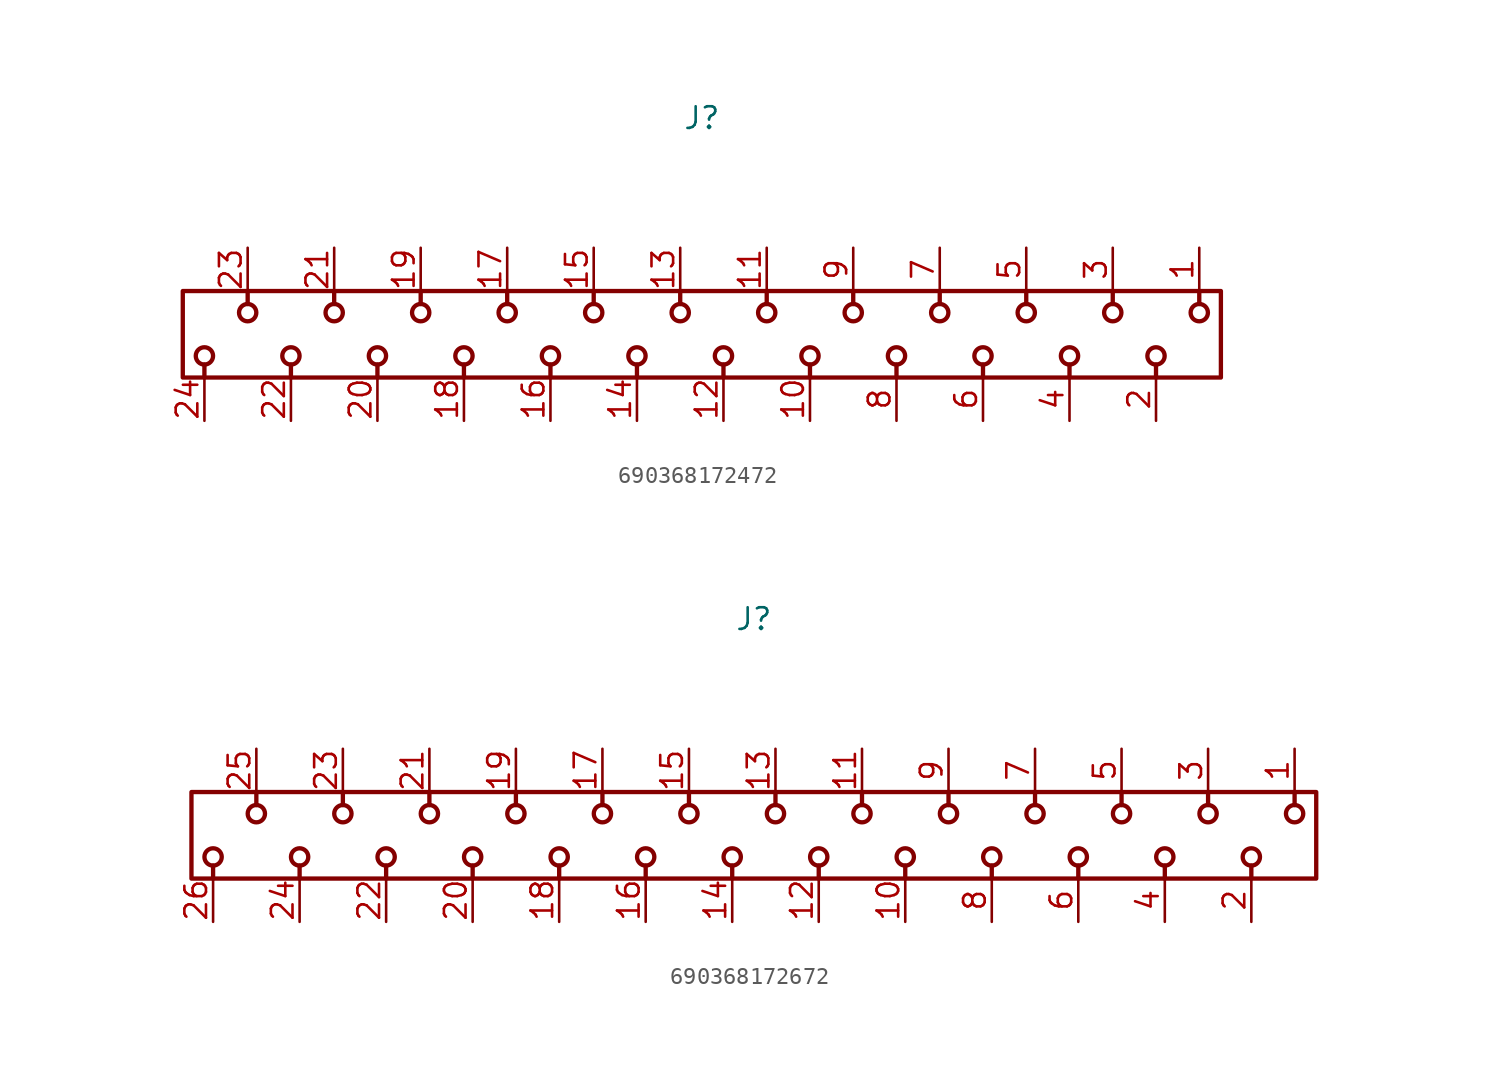
<source format=kicad_sym>
(kicad_symbol_lib
  (version 20241209)
  (generator "kicad_symbol_editor")
  (generator_version "9.0")
  (symbol "690368172472"
    (pin_names
      (hide yes))
    (property "Reference" "J"
      (at 0 12.7 0)
      (effects (font (size 1.27 1.27))))
    (symbol "690368172472_1_1"
      (rectangle (start -30.48 2.54) (end 30.48 -2.54) (stroke (width 0.254) (type solid)) (fill (type none)))
      (circle (center -29.21 -1.27) (radius 0.508) (stroke (width 0.254) (type solid)) (fill (type none)))
      (polyline (pts (xy -29.21 -1.778) (xy -29.21 -2.54)) (stroke (width 0.254) (type solid)) (fill (type none)))
      (polyline (pts (xy -26.67 1.778) (xy -26.67 2.54)) (stroke (width 0.254) (type solid)) (fill (type none)))
      (circle (center -26.67 1.27) (radius 0.508) (stroke (width 0.254) (type solid)) (fill (type none)))
      (circle (center -24.13 -1.27) (radius 0.508) (stroke (width 0.254) (type solid)) (fill (type none)))
      (polyline (pts (xy -24.13 -1.778) (xy -24.13 -2.54)) (stroke (width 0.254) (type solid)) (fill (type none)))
      (polyline (pts (xy -21.59 1.778) (xy -21.59 2.54)) (stroke (width 0.254) (type solid)) (fill (type none)))
      (circle (center -21.59 1.27) (radius 0.508) (stroke (width 0.254) (type solid)) (fill (type none)))
      (circle (center -19.05 -1.27) (radius 0.508) (stroke (width 0.254) (type solid)) (fill (type none)))
      (polyline (pts (xy -19.05 -1.778) (xy -19.05 -2.54)) (stroke (width 0.254) (type solid)) (fill (type none)))
      (polyline (pts (xy -16.51 1.778) (xy -16.51 2.54)) (stroke (width 0.254) (type solid)) (fill (type none)))
      (circle (center -16.51 1.27) (radius 0.508) (stroke (width 0.254) (type solid)) (fill (type none)))
      (circle (center -13.97 -1.27) (radius 0.508) (stroke (width 0.254) (type solid)) (fill (type none)))
      (polyline (pts (xy -13.97 -1.778) (xy -13.97 -2.54)) (stroke (width 0.254) (type solid)) (fill (type none)))
      (polyline (pts (xy -11.43 1.778) (xy -11.43 2.54)) (stroke (width 0.254) (type solid)) (fill (type none)))
      (circle (center -11.43 1.27) (radius 0.508) (stroke (width 0.254) (type solid)) (fill (type none)))
      (circle (center -8.89 -1.27) (radius 0.508) (stroke (width 0.254) (type solid)) (fill (type none)))
      (polyline (pts (xy -8.89 -1.778) (xy -8.89 -2.54)) (stroke (width 0.254) (type solid)) (fill (type none)))
      (polyline (pts (xy -6.35 1.778) (xy -6.35 2.54)) (stroke (width 0.254) (type solid)) (fill (type none)))
      (circle (center -6.35 1.27) (radius 0.508) (stroke (width 0.254) (type solid)) (fill (type none)))
      (circle (center -3.81 -1.27) (radius 0.508) (stroke (width 0.254) (type solid)) (fill (type none)))
      (polyline (pts (xy -3.81 -1.778) (xy -3.81 -2.54)) (stroke (width 0.254) (type solid)) (fill (type none)))
      (polyline (pts (xy -1.27 1.778) (xy -1.27 2.54)) (stroke (width 0.254) (type solid)) (fill (type none)))
      (circle (center -1.27 1.27) (radius 0.508) (stroke (width 0.254) (type solid)) (fill (type none)))
      (circle (center 1.27 -1.27) (radius 0.508) (stroke (width 0.254) (type solid)) (fill (type none)))
      (polyline (pts (xy 1.27 -1.778) (xy 1.27 -2.54)) (stroke (width 0.254) (type solid)) (fill (type none)))
      (polyline (pts (xy 3.81 1.778) (xy 3.81 2.54)) (stroke (width 0.254) (type solid)) (fill (type none)))
      (circle (center 3.81 1.27) (radius 0.508) (stroke (width 0.254) (type solid)) (fill (type none)))
      (circle (center 6.35 -1.27) (radius 0.508) (stroke (width 0.254) (type solid)) (fill (type none)))
      (polyline (pts (xy 6.35 -1.778) (xy 6.35 -2.54)) (stroke (width 0.254) (type solid)) (fill (type none)))
      (polyline (pts (xy 8.89 1.778) (xy 8.89 2.54)) (stroke (width 0.254) (type solid)) (fill (type none)))
      (circle (center 8.89 1.27) (radius 0.508) (stroke (width 0.254) (type solid)) (fill (type none)))
      (circle (center 11.43 -1.27) (radius 0.508) (stroke (width 0.254) (type solid)) (fill (type none)))
      (polyline (pts (xy 11.43 -1.778) (xy 11.43 -2.54)) (stroke (width 0.254) (type solid)) (fill (type none)))
      (polyline (pts (xy 13.97 1.778) (xy 13.97 2.54)) (stroke (width 0.254) (type solid)) (fill (type none)))
      (circle (center 13.97 1.27) (radius 0.508) (stroke (width 0.254) (type solid)) (fill (type none)))
      (circle (center 16.51 -1.27) (radius 0.508) (stroke (width 0.254) (type solid)) (fill (type none)))
      (polyline (pts (xy 16.51 -1.778) (xy 16.51 -2.54)) (stroke (width 0.254) (type solid)) (fill (type none)))
      (polyline (pts (xy 19.05 1.778) (xy 19.05 2.54)) (stroke (width 0.254) (type solid)) (fill (type none)))
      (circle (center 19.05 1.27) (radius 0.508) (stroke (width 0.254) (type solid)) (fill (type none)))
      (circle (center 21.59 -1.27) (radius 0.508) (stroke (width 0.254) (type solid)) (fill (type none)))
      (polyline (pts (xy 21.59 -1.778) (xy 21.59 -2.54)) (stroke (width 0.254) (type solid)) (fill (type none)))
      (polyline (pts (xy 24.13 1.778) (xy 24.13 2.54)) (stroke (width 0.254) (type solid)) (fill (type none)))
      (circle (center 24.13 1.27) (radius 0.508) (stroke (width 0.254) (type solid)) (fill (type none)))
      (circle (center 26.67 -1.27) (radius 0.508) (stroke (width 0.254) (type solid)) (fill (type none)))
      (polyline (pts (xy 26.67 -1.778) (xy 26.67 -2.54)) (stroke (width 0.254) (type solid)) (fill (type none)))
      (polyline (pts (xy 29.21 1.778) (xy 29.21 2.54)) (stroke (width 0.254) (type solid)) (fill (type none)))
      (circle (center 29.21 1.27) (radius 0.508) (stroke (width 0.254) (type solid)) (fill (type none)))
      (pin passive line (at -29.21 -5.08 90) (length 2.54) (name "24" (effects (font (size 1.27 1.27)))) (number "24" (effects (font (size 1.27 1.27)))))
      (pin passive line (at -26.67 5.08 270) (length 2.54) (name "23" (effects (font (size 1.27 1.27)))) (number "23" (effects (font (size 1.27 1.27)))))
      (pin passive line (at -24.13 -5.08 90) (length 2.54) (name "22" (effects (font (size 1.27 1.27)))) (number "22" (effects (font (size 1.27 1.27)))))
      (pin passive line (at -21.59 5.08 270) (length 2.54) (name "21" (effects (font (size 1.27 1.27)))) (number "21" (effects (font (size 1.27 1.27)))))
      (pin passive line (at -19.05 -5.08 90) (length 2.54) (name "20" (effects (font (size 1.27 1.27)))) (number "20" (effects (font (size 1.27 1.27)))))
      (pin passive line (at -16.51 5.08 270) (length 2.54) (name "19" (effects (font (size 1.27 1.27)))) (number "19" (effects (font (size 1.27 1.27)))))
      (pin passive line (at -13.97 -5.08 90) (length 2.54) (name "18" (effects (font (size 1.27 1.27)))) (number "18" (effects (font (size 1.27 1.27)))))
      (pin passive line (at -11.43 5.08 270) (length 2.54) (name "17" (effects (font (size 1.27 1.27)))) (number "17" (effects (font (size 1.27 1.27)))))
      (pin passive line (at -8.89 -5.08 90) (length 2.54) (name "16" (effects (font (size 1.27 1.27)))) (number "16" (effects (font (size 1.27 1.27)))))
      (pin passive line (at -6.35 5.08 270) (length 2.54) (name "15" (effects (font (size 1.27 1.27)))) (number "15" (effects (font (size 1.27 1.27)))))
      (pin passive line (at -3.81 -5.08 90) (length 2.54) (name "14" (effects (font (size 1.27 1.27)))) (number "14" (effects (font (size 1.27 1.27)))))
      (pin passive line (at -1.27 5.08 270) (length 2.54) (name "13" (effects (font (size 1.27 1.27)))) (number "13" (effects (font (size 1.27 1.27)))))
      (pin passive line (at 1.27 -5.08 90) (length 2.54) (name "12" (effects (font (size 1.27 1.27)))) (number "12" (effects (font (size 1.27 1.27)))))
      (pin passive line (at 3.81 5.08 270) (length 2.54) (name "11" (effects (font (size 1.27 1.27)))) (number "11" (effects (font (size 1.27 1.27)))))
      (pin passive line (at 6.35 -5.08 90) (length 2.54) (name "10" (effects (font (size 1.27 1.27)))) (number "10" (effects (font (size 1.27 1.27)))))
      (pin passive line (at 8.89 5.08 270) (length 2.54) (name "9" (effects (font (size 1.27 1.27)))) (number "9" (effects (font (size 1.27 1.27)))))
      (pin passive line (at 11.43 -5.08 90) (length 2.54) (name "8" (effects (font (size 1.27 1.27)))) (number "8" (effects (font (size 1.27 1.27)))))
      (pin passive line (at 13.97 5.08 270) (length 2.54) (name "7" (effects (font (size 1.27 1.27)))) (number "7" (effects (font (size 1.27 1.27)))))
      (pin passive line (at 16.51 -5.08 90) (length 2.54) (name "6" (effects (font (size 1.27 1.27)))) (number "6" (effects (font (size 1.27 1.27)))))
      (pin passive line (at 19.05 5.08 270) (length 2.54) (name "5" (effects (font (size 1.27 1.27)))) (number "5" (effects (font (size 1.27 1.27)))))
      (pin passive line (at 21.59 -5.08 90) (length 2.54) (name "4" (effects (font (size 1.27 1.27)))) (number "4" (effects (font (size 1.27 1.27)))))
      (pin passive line (at 24.13 5.08 270) (length 2.54) (name "3" (effects (font (size 1.27 1.27)))) (number "3" (effects (font (size 1.27 1.27)))))
      (pin passive line (at 26.67 -5.08 90) (length 2.54) (name "2" (effects (font (size 1.27 1.27)))) (number "2" (effects (font (size 1.27 1.27)))))
      (pin passive line (at 29.21 5.08 270) (length 2.54) (name "1" (effects (font (size 1.27 1.27)))) (number "1" (effects (font (size 1.27 1.27)))))))
  (symbol "690368172672"
    (pin_names
      (hide yes))
    (property "Reference" "J"
      (at 0 12.7 0)
      (effects (font (size 1.27 1.27))))
    (symbol "690368172672_1_1"
      (rectangle (start -33.02 2.54) (end 33.02 -2.54) (stroke (width 0.254) (type solid)) (fill (type none)))
      (circle (center -31.75 -1.27) (radius 0.508) (stroke (width 0.254) (type solid)) (fill (type none)))
      (polyline (pts (xy -31.75 -1.778) (xy -31.75 -2.54)) (stroke (width 0.254) (type solid)) (fill (type none)))
      (polyline (pts (xy -29.21 1.778) (xy -29.21 2.54)) (stroke (width 0.254) (type solid)) (fill (type none)))
      (circle (center -29.21 1.27) (radius 0.508) (stroke (width 0.254) (type solid)) (fill (type none)))
      (circle (center -26.67 -1.27) (radius 0.508) (stroke (width 0.254) (type solid)) (fill (type none)))
      (polyline (pts (xy -26.67 -1.778) (xy -26.67 -2.54)) (stroke (width 0.254) (type solid)) (fill (type none)))
      (polyline (pts (xy -24.13 1.778) (xy -24.13 2.54)) (stroke (width 0.254) (type solid)) (fill (type none)))
      (circle (center -24.13 1.27) (radius 0.508) (stroke (width 0.254) (type solid)) (fill (type none)))
      (circle (center -21.59 -1.27) (radius 0.508) (stroke (width 0.254) (type solid)) (fill (type none)))
      (polyline (pts (xy -21.59 -1.778) (xy -21.59 -2.54)) (stroke (width 0.254) (type solid)) (fill (type none)))
      (polyline (pts (xy -19.05 1.778) (xy -19.05 2.54)) (stroke (width 0.254) (type solid)) (fill (type none)))
      (circle (center -19.05 1.27) (radius 0.508) (stroke (width 0.254) (type solid)) (fill (type none)))
      (circle (center -16.51 -1.27) (radius 0.508) (stroke (width 0.254) (type solid)) (fill (type none)))
      (polyline (pts (xy -16.51 -1.778) (xy -16.51 -2.54)) (stroke (width 0.254) (type solid)) (fill (type none)))
      (polyline (pts (xy -13.97 1.778) (xy -13.97 2.54)) (stroke (width 0.254) (type solid)) (fill (type none)))
      (circle (center -13.97 1.27) (radius 0.508) (stroke (width 0.254) (type solid)) (fill (type none)))
      (circle (center -11.43 -1.27) (radius 0.508) (stroke (width 0.254) (type solid)) (fill (type none)))
      (polyline (pts (xy -11.43 -1.778) (xy -11.43 -2.54)) (stroke (width 0.254) (type solid)) (fill (type none)))
      (polyline (pts (xy -8.89 1.778) (xy -8.89 2.54)) (stroke (width 0.254) (type solid)) (fill (type none)))
      (circle (center -8.89 1.27) (radius 0.508) (stroke (width 0.254) (type solid)) (fill (type none)))
      (circle (center -6.35 -1.27) (radius 0.508) (stroke (width 0.254) (type solid)) (fill (type none)))
      (polyline (pts (xy -6.35 -1.778) (xy -6.35 -2.54)) (stroke (width 0.254) (type solid)) (fill (type none)))
      (polyline (pts (xy -3.81 1.778) (xy -3.81 2.54)) (stroke (width 0.254) (type solid)) (fill (type none)))
      (circle (center -3.81 1.27) (radius 0.508) (stroke (width 0.254) (type solid)) (fill (type none)))
      (circle (center -1.27 -1.27) (radius 0.508) (stroke (width 0.254) (type solid)) (fill (type none)))
      (polyline (pts (xy -1.27 -1.778) (xy -1.27 -2.54)) (stroke (width 0.254) (type solid)) (fill (type none)))
      (polyline (pts (xy 1.27 1.778) (xy 1.27 2.54)) (stroke (width 0.254) (type solid)) (fill (type none)))
      (circle (center 1.27 1.27) (radius 0.508) (stroke (width 0.254) (type solid)) (fill (type none)))
      (circle (center 3.81 -1.27) (radius 0.508) (stroke (width 0.254) (type solid)) (fill (type none)))
      (polyline (pts (xy 3.81 -1.778) (xy 3.81 -2.54)) (stroke (width 0.254) (type solid)) (fill (type none)))
      (polyline (pts (xy 6.35 1.778) (xy 6.35 2.54)) (stroke (width 0.254) (type solid)) (fill (type none)))
      (circle (center 6.35 1.27) (radius 0.508) (stroke (width 0.254) (type solid)) (fill (type none)))
      (circle (center 8.89 -1.27) (radius 0.508) (stroke (width 0.254) (type solid)) (fill (type none)))
      (polyline (pts (xy 8.89 -1.778) (xy 8.89 -2.54)) (stroke (width 0.254) (type solid)) (fill (type none)))
      (polyline (pts (xy 11.43 1.778) (xy 11.43 2.54)) (stroke (width 0.254) (type solid)) (fill (type none)))
      (circle (center 11.43 1.27) (radius 0.508) (stroke (width 0.254) (type solid)) (fill (type none)))
      (circle (center 13.97 -1.27) (radius 0.508) (stroke (width 0.254) (type solid)) (fill (type none)))
      (polyline (pts (xy 13.97 -1.778) (xy 13.97 -2.54)) (stroke (width 0.254) (type solid)) (fill (type none)))
      (polyline (pts (xy 16.51 1.778) (xy 16.51 2.54)) (stroke (width 0.254) (type solid)) (fill (type none)))
      (circle (center 16.51 1.27) (radius 0.508) (stroke (width 0.254) (type solid)) (fill (type none)))
      (circle (center 19.05 -1.27) (radius 0.508) (stroke (width 0.254) (type solid)) (fill (type none)))
      (polyline (pts (xy 19.05 -1.778) (xy 19.05 -2.54)) (stroke (width 0.254) (type solid)) (fill (type none)))
      (polyline (pts (xy 21.59 1.778) (xy 21.59 2.54)) (stroke (width 0.254) (type solid)) (fill (type none)))
      (circle (center 21.59 1.27) (radius 0.508) (stroke (width 0.254) (type solid)) (fill (type none)))
      (circle (center 24.13 -1.27) (radius 0.508) (stroke (width 0.254) (type solid)) (fill (type none)))
      (polyline (pts (xy 24.13 -1.778) (xy 24.13 -2.54)) (stroke (width 0.254) (type solid)) (fill (type none)))
      (polyline (pts (xy 26.67 1.778) (xy 26.67 2.54)) (stroke (width 0.254) (type solid)) (fill (type none)))
      (circle (center 26.67 1.27) (radius 0.508) (stroke (width 0.254) (type solid)) (fill (type none)))
      (circle (center 29.21 -1.27) (radius 0.508) (stroke (width 0.254) (type solid)) (fill (type none)))
      (polyline (pts (xy 29.21 -1.778) (xy 29.21 -2.54)) (stroke (width 0.254) (type solid)) (fill (type none)))
      (polyline (pts (xy 31.75 1.778) (xy 31.75 2.54)) (stroke (width 0.254) (type solid)) (fill (type none)))
      (circle (center 31.75 1.27) (radius 0.508) (stroke (width 0.254) (type solid)) (fill (type none)))
      (pin passive line (at -31.75 -5.08 90) (length 2.54) (name "26" (effects (font (size 1.27 1.27)))) (number "26" (effects (font (size 1.27 1.27)))))
      (pin passive line (at -29.21 5.08 270) (length 2.54) (name "25" (effects (font (size 1.27 1.27)))) (number "25" (effects (font (size 1.27 1.27)))))
      (pin passive line (at -26.67 -5.08 90) (length 2.54) (name "24" (effects (font (size 1.27 1.27)))) (number "24" (effects (font (size 1.27 1.27)))))
      (pin passive line (at -24.13 5.08 270) (length 2.54) (name "23" (effects (font (size 1.27 1.27)))) (number "23" (effects (font (size 1.27 1.27)))))
      (pin passive line (at -21.59 -5.08 90) (length 2.54) (name "22" (effects (font (size 1.27 1.27)))) (number "22" (effects (font (size 1.27 1.27)))))
      (pin passive line (at -19.05 5.08 270) (length 2.54) (name "21" (effects (font (size 1.27 1.27)))) (number "21" (effects (font (size 1.27 1.27)))))
      (pin passive line (at -16.51 -5.08 90) (length 2.54) (name "20" (effects (font (size 1.27 1.27)))) (number "20" (effects (font (size 1.27 1.27)))))
      (pin passive line (at -13.97 5.08 270) (length 2.54) (name "19" (effects (font (size 1.27 1.27)))) (number "19" (effects (font (size 1.27 1.27)))))
      (pin passive line (at -11.43 -5.08 90) (length 2.54) (name "18" (effects (font (size 1.27 1.27)))) (number "18" (effects (font (size 1.27 1.27)))))
      (pin passive line (at -8.89 5.08 270) (length 2.54) (name "17" (effects (font (size 1.27 1.27)))) (number "17" (effects (font (size 1.27 1.27)))))
      (pin passive line (at -6.35 -5.08 90) (length 2.54) (name "16" (effects (font (size 1.27 1.27)))) (number "16" (effects (font (size 1.27 1.27)))))
      (pin passive line (at -3.81 5.08 270) (length 2.54) (name "15" (effects (font (size 1.27 1.27)))) (number "15" (effects (font (size 1.27 1.27)))))
      (pin passive line (at -1.27 -5.08 90) (length 2.54) (name "14" (effects (font (size 1.27 1.27)))) (number "14" (effects (font (size 1.27 1.27)))))
      (pin passive line (at 1.27 5.08 270) (length 2.54) (name "13" (effects (font (size 1.27 1.27)))) (number "13" (effects (font (size 1.27 1.27)))))
      (pin passive line (at 3.81 -5.08 90) (length 2.54) (name "12" (effects (font (size 1.27 1.27)))) (number "12" (effects (font (size 1.27 1.27)))))
      (pin passive line (at 6.35 5.08 270) (length 2.54) (name "11" (effects (font (size 1.27 1.27)))) (number "11" (effects (font (size 1.27 1.27)))))
      (pin passive line (at 8.89 -5.08 90) (length 2.54) (name "10" (effects (font (size 1.27 1.27)))) (number "10" (effects (font (size 1.27 1.27)))))
      (pin passive line (at 11.43 5.08 270) (length 2.54) (name "9" (effects (font (size 1.27 1.27)))) (number "9" (effects (font (size 1.27 1.27)))))
      (pin passive line (at 13.97 -5.08 90) (length 2.54) (name "8" (effects (font (size 1.27 1.27)))) (number "8" (effects (font (size 1.27 1.27)))))
      (pin passive line (at 16.51 5.08 270) (length 2.54) (name "7" (effects (font (size 1.27 1.27)))) (number "7" (effects (font (size 1.27 1.27)))))
      (pin passive line (at 19.05 -5.08 90) (length 2.54) (name "6" (effects (font (size 1.27 1.27)))) (number "6" (effects (font (size 1.27 1.27)))))
      (pin passive line (at 21.59 5.08 270) (length 2.54) (name "5" (effects (font (size 1.27 1.27)))) (number "5" (effects (font (size 1.27 1.27)))))
      (pin passive line (at 24.13 -5.08 90) (length 2.54) (name "4" (effects (font (size 1.27 1.27)))) (number "4" (effects (font (size 1.27 1.27)))))
      (pin passive line (at 26.67 5.08 270) (length 2.54) (name "3" (effects (font (size 1.27 1.27)))) (number "3" (effects (font (size 1.27 1.27)))))
      (pin passive line (at 29.21 -5.08 90) (length 2.54) (name "2" (effects (font (size 1.27 1.27)))) (number "2" (effects (font (size 1.27 1.27)))))
      (pin passive line (at 31.75 5.08 270) (length 2.54) (name "1" (effects (font (size 1.27 1.27)))) (number "1" (effects (font (size 1.27 1.27))))))))
</source>
